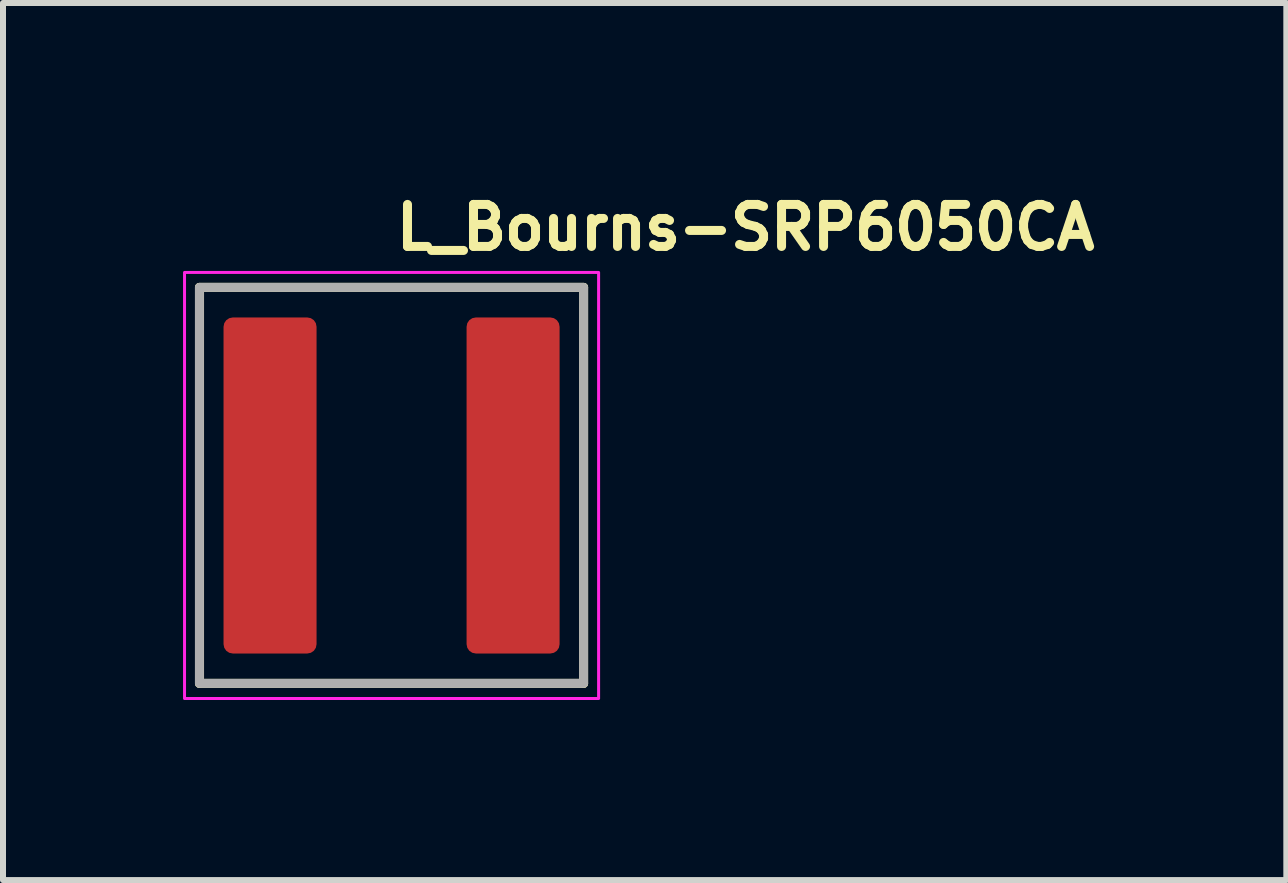
<source format=kicad_pcb>
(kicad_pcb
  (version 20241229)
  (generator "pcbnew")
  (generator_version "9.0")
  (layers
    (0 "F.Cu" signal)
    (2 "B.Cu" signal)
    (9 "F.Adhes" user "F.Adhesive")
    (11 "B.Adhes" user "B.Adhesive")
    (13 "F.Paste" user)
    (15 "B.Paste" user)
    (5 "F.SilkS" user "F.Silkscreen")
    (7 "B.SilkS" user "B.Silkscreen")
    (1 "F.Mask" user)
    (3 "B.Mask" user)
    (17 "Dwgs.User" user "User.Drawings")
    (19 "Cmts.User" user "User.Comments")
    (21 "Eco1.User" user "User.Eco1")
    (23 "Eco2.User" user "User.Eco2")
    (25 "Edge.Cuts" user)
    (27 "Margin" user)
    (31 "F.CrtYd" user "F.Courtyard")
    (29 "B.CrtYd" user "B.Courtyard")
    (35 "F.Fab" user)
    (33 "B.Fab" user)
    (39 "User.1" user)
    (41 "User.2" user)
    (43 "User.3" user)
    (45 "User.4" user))
  (footprint "L_Bourns-SRP6050CA"
    (layer "F.Cu")
    (at 3.475 5.04)
    (property "Reference" "L_Bourns-SRP6050CA" (at 0 -3.89 0) (layer "F.SilkS") (effects (font (size 0.7 0.7) (thickness 0.15)) (justify left bottom)))
    (attr smd)
    (fp_line (start -3.2 -3.301) (end -3.2 3.298) (stroke (width 0.15) (type solid)) (layer "F.SilkS"))
    (fp_line (start -3.2 -3.301) (end 3.2 -3.301) (stroke (width 0.15) (type solid)) (layer "F.SilkS"))
    (fp_line (start 3.2 -3.301) (end 3.2 3.298) (stroke (width 0.15) (type solid)) (layer "F.SilkS"))
    (fp_line (start 3.2 3.298) (end -3.2 3.298) (stroke (width 0.15) (type solid)) (layer "F.SilkS"))
    (fp_rect (start -3.45 -3.55) (end 3.45 3.55) (stroke (width 0.05) (type solid)) (fill no) (layer "F.CrtYd"))
    (fp_rect (start -3.202 -3.301) (end 3.2 3.298) (stroke (width 0.15) (type solid)) (fill no) (layer "F.Fab"))
    (fp_rect (start -3.202 -3.301) (end 3.2 3.298) (stroke (width 0.1) (type solid)) (fill no) (layer "User.5"))
    (fp_line (start -3.202 -3.101) (end -3.201 -3.11) (stroke (width 0.02) (type solid)) (layer "User.9"))
    (fp_line (start -3.202 3.1) (end -3.202 -3.101) (stroke (width 0.02) (type solid)) (layer "User.9"))
    (fp_line (start -3.201 -3.121) (end -3.198 -3.13) (stroke (width 0.02) (type solid)) (layer "User.9"))
    (fp_line (start -3.201 -3.11) (end -3.201 -3.121) (stroke (width 0.02) (type solid)) (layer "User.9"))
    (fp_line (start -3.201 3.108) (end -3.202 3.1) (stroke (width 0.02) (type solid)) (layer "User.9"))
    (fp_line (start -3.201 3.119) (end -3.201 3.108) (stroke (width 0.02) (type solid)) (layer "User.9"))
    (fp_line (start -3.198 -3.13) (end -3.197 -3.141) (stroke (width 0.02) (type solid)) (layer "User.9"))
    (fp_line (start -3.198 3.128) (end -3.201 3.119) (stroke (width 0.02) (type solid)) (layer "User.9"))
    (fp_line (start -3.197 -3.141) (end -3.194 -3.149) (stroke (width 0.02) (type solid)) (layer "User.9"))
    (fp_line (start -3.197 3.139) (end -3.198 3.128) (stroke (width 0.02) (type solid)) (layer "User.9"))
    (fp_line (start -3.194 -3.149) (end -3.193 -3.16) (stroke (width 0.02) (type solid)) (layer "User.9"))
    (fp_line (start -3.194 3.148) (end -3.197 3.139) (stroke (width 0.02) (type solid)) (layer "User.9"))
    (fp_line (start -3.193 -3.16) (end -3.189 -3.169) (stroke (width 0.02) (type solid)) (layer "User.9"))
    (fp_line (start -3.193 3.157) (end -3.194 3.148) (stroke (width 0.02) (type solid)) (layer "User.9"))
    (fp_line (start -3.189 -3.169) (end -3.185 -3.177) (stroke (width 0.02) (type solid)) (layer "User.9"))
    (fp_line (start -3.189 3.167) (end -3.193 3.157) (stroke (width 0.02) (type solid)) (layer "User.9"))
    (fp_line (start -3.185 -3.177) (end -3.181 -3.186) (stroke (width 0.02) (type solid)) (layer "User.9"))
    (fp_line (start -3.185 3.176) (end -3.189 3.167) (stroke (width 0.02) (type solid)) (layer "User.9"))
    (fp_line (start -3.181 -3.186) (end -3.177 -3.196) (stroke (width 0.02) (type solid)) (layer "User.9"))
    (fp_line (start -3.181 3.184) (end -3.185 3.176) (stroke (width 0.02) (type solid)) (layer "User.9"))
    (fp_line (start -3.177 -3.196) (end -3.173 -3.203) (stroke (width 0.02) (type solid)) (layer "User.9"))
    (fp_line (start -3.177 3.193) (end -3.181 3.184) (stroke (width 0.02) (type solid)) (layer "User.9"))
    (fp_line (start -3.173 -3.203) (end -3.168 -3.211) (stroke (width 0.02) (type solid)) (layer "User.9"))
    (fp_line (start -3.173 3.201) (end -3.177 3.193) (stroke (width 0.02) (type solid)) (layer "User.9"))
    (fp_line (start -3.168 -3.211) (end -3.161 -3.219) (stroke (width 0.02) (type solid)) (layer "User.9"))
    (fp_line (start -3.168 3.209) (end -3.173 3.201) (stroke (width 0.02) (type solid)) (layer "User.9"))
    (fp_line (start -3.161 -3.219) (end -3.156 -3.227) (stroke (width 0.02) (type solid)) (layer "User.9"))
    (fp_line (start -3.161 3.217) (end -3.168 3.209) (stroke (width 0.02) (type solid)) (layer "User.9"))
    (fp_line (start -3.156 -3.227) (end -3.149 -3.235) (stroke (width 0.02) (type solid)) (layer "User.9"))
    (fp_line (start -3.156 3.225) (end -3.161 3.217) (stroke (width 0.02) (type solid)) (layer "User.9"))
    (fp_line (start -3.149 -3.235) (end -3.142 -3.242) (stroke (width 0.02) (type solid)) (layer "User.9"))
    (fp_line (start -3.149 3.233) (end -3.156 3.225) (stroke (width 0.02) (type solid)) (layer "User.9"))
    (fp_line (start -3.142 -3.242) (end -3.142 -3.242) (stroke (width 0.02) (type solid)) (layer "User.9"))
    (fp_line (start -3.142 -3.242) (end -3.136 -3.25) (stroke (width 0.02) (type solid)) (layer "User.9"))
    (fp_line (start -3.142 3.241) (end -3.149 3.233) (stroke (width 0.02) (type solid)) (layer "User.9"))
    (fp_line (start -3.142 3.241) (end -3.142 3.241) (stroke (width 0.02) (type solid)) (layer "User.9"))
    (fp_line (start -3.136 -3.25) (end -3.128 -3.255) (stroke (width 0.02) (type solid)) (layer "User.9"))
    (fp_line (start -3.136 3.248) (end -3.142 3.241) (stroke (width 0.02) (type solid)) (layer "User.9"))
    (fp_line (start -3.128 -3.255) (end -3.12 -3.262) (stroke (width 0.02) (type solid)) (layer "User.9"))
    (fp_line (start -3.128 3.253) (end -3.136 3.248) (stroke (width 0.02) (type solid)) (layer "User.9"))
    (fp_line (start -3.12 -3.262) (end -3.112 -3.267) (stroke (width 0.02) (type solid)) (layer "User.9"))
    (fp_line (start -3.12 3.26) (end -3.128 3.253) (stroke (width 0.02) (type solid)) (layer "User.9"))
    (fp_line (start -3.112 -3.267) (end -3.104 -3.273) (stroke (width 0.02) (type solid)) (layer "User.9"))
    (fp_line (start -3.112 3.265) (end -3.12 3.26) (stroke (width 0.02) (type solid)) (layer "User.9"))
    (fp_line (start -3.104 -3.273) (end -3.096 -3.278) (stroke (width 0.02) (type solid)) (layer "User.9"))
    (fp_line (start -3.104 3.27) (end -3.112 3.265) (stroke (width 0.02) (type solid)) (layer "User.9"))
    (fp_line (start -3.096 -3.278) (end -3.086 -3.282) (stroke (width 0.02) (type solid)) (layer "User.9"))
    (fp_line (start -3.096 3.276) (end -3.104 3.27) (stroke (width 0.02) (type solid)) (layer "User.9"))
    (fp_line (start -3.086 -3.282) (end -3.077 -3.286) (stroke (width 0.02) (type solid)) (layer "User.9"))
    (fp_line (start -3.086 3.28) (end -3.096 3.276) (stroke (width 0.02) (type solid)) (layer "User.9"))
    (fp_line (start -3.077 -3.286) (end -3.068 -3.29) (stroke (width 0.02) (type solid)) (layer "User.9"))
    (fp_line (start -3.077 3.284) (end -3.086 3.28) (stroke (width 0.02) (type solid)) (layer "User.9"))
    (fp_line (start -3.068 -3.29) (end -3.06 -3.293) (stroke (width 0.02) (type solid)) (layer "User.9"))
    (fp_line (start -3.068 3.288) (end -3.077 3.284) (stroke (width 0.02) (type solid)) (layer "User.9"))
    (fp_line (start -3.06 -3.293) (end -3.049 -3.294) (stroke (width 0.02) (type solid)) (layer "User.9"))
    (fp_line (start -3.06 3.29) (end -3.068 3.288) (stroke (width 0.02) (type solid)) (layer "User.9"))
    (fp_line (start -3.049 -3.294) (end -3.04 -3.298) (stroke (width 0.02) (type solid)) (layer "User.9"))
    (fp_line (start -3.049 3.293) (end -3.06 3.29) (stroke (width 0.02) (type solid)) (layer "User.9"))
    (fp_line (start -3.04 -3.298) (end -3.031 -3.298) (stroke (width 0.02) (type solid)) (layer "User.9"))
    (fp_line (start -3.04 3.296) (end -3.049 3.293) (stroke (width 0.02) (type solid)) (layer "User.9"))
    (fp_line (start -3.031 -3.298) (end -3.02 -3.301) (stroke (width 0.02) (type solid)) (layer "User.9"))
    (fp_line (start -3.031 3.297) (end -3.04 3.296) (stroke (width 0.02) (type solid)) (layer "User.9"))
    (fp_line (start -3.02 -3.301) (end -3.011 -3.301) (stroke (width 0.02) (type solid)) (layer "User.9"))
    (fp_line (start -3.02 3.298) (end -3.031 3.297) (stroke (width 0.02) (type solid)) (layer "User.9"))
    (fp_line (start -3.011 -3.301) (end -3 -3.301) (stroke (width 0.02) (type solid)) (layer "User.9"))
    (fp_line (start -3.011 3.298) (end -3.02 3.298) (stroke (width 0.02) (type solid)) (layer "User.9"))
    (fp_line (start -3 -3.301) (end 2.999 -3.301) (stroke (width 0.02) (type solid)) (layer "User.9"))
    (fp_line (start -3 3.298) (end -3.011 3.298) (stroke (width 0.02) (type solid)) (layer "User.9"))
    (fp_line (start 2.999 -3.301) (end 3.008 -3.301) (stroke (width 0.02) (type solid)) (layer "User.9"))
    (fp_line (start 2.999 3.298) (end -3 3.298) (stroke (width 0.02) (type solid)) (layer "User.9"))
    (fp_line (start 3.008 -3.301) (end 3.019 -3.301) (stroke (width 0.02) (type solid)) (layer "User.9"))
    (fp_line (start 3.008 3.298) (end 2.999 3.298) (stroke (width 0.02) (type solid)) (layer "User.9"))
    (fp_line (start 3.019 -3.301) (end 3.028 -3.298) (stroke (width 0.02) (type solid)) (layer "User.9"))
    (fp_line (start 3.019 3.298) (end 3.008 3.298) (stroke (width 0.02) (type solid)) (layer "User.9"))
    (fp_line (start 3.028 -3.298) (end 3.039 -3.298) (stroke (width 0.02) (type solid)) (layer "User.9"))
    (fp_line (start 3.028 3.297) (end 3.019 3.298) (stroke (width 0.02) (type solid)) (layer "User.9"))
    (fp_line (start 3.039 -3.298) (end 3.047 -3.294) (stroke (width 0.02) (type solid)) (layer "User.9"))
    (fp_line (start 3.039 3.296) (end 3.028 3.297) (stroke (width 0.02) (type solid)) (layer "User.9"))
    (fp_line (start 3.047 -3.294) (end 3.058 -3.293) (stroke (width 0.02) (type solid)) (layer "User.9"))
    (fp_line (start 3.047 3.293) (end 3.039 3.296) (stroke (width 0.02) (type solid)) (layer "User.9"))
    (fp_line (start 3.058 -3.293) (end 3.067 -3.29) (stroke (width 0.02) (type solid)) (layer "User.9"))
    (fp_line (start 3.058 3.29) (end 3.047 3.293) (stroke (width 0.02) (type solid)) (layer "User.9"))
    (fp_line (start 3.067 -3.29) (end 3.076 -3.286) (stroke (width 0.02) (type solid)) (layer "User.9"))
    (fp_line (start 3.067 3.288) (end 3.058 3.29) (stroke (width 0.02) (type solid)) (layer "User.9"))
    (fp_line (start 3.076 -3.286) (end 3.084 -3.282) (stroke (width 0.02) (type solid)) (layer "User.9"))
    (fp_line (start 3.076 3.284) (end 3.067 3.288) (stroke (width 0.02) (type solid)) (layer "User.9"))
    (fp_line (start 3.084 -3.282) (end 3.093 -3.278) (stroke (width 0.02) (type solid)) (layer "User.9"))
    (fp_line (start 3.084 3.28) (end 3.076 3.284) (stroke (width 0.02) (type solid)) (layer "User.9"))
    (fp_line (start 3.093 -3.278) (end 3.101 -3.273) (stroke (width 0.02) (type solid)) (layer "User.9"))
    (fp_line (start 3.093 3.276) (end 3.084 3.28) (stroke (width 0.02) (type solid)) (layer "User.9"))
    (fp_line (start 3.101 -3.273) (end 3.109 -3.267) (stroke (width 0.02) (type solid)) (layer "User.9"))
    (fp_line (start 3.101 3.27) (end 3.093 3.276) (stroke (width 0.02) (type solid)) (layer "User.9"))
    (fp_line (start 3.109 -3.267) (end 3.117 -3.262) (stroke (width 0.02) (type solid)) (layer "User.9"))
    (fp_line (start 3.109 3.265) (end 3.101 3.27) (stroke (width 0.02) (type solid)) (layer "User.9"))
    (fp_line (start 3.117 -3.262) (end 3.125 -3.255) (stroke (width 0.02) (type solid)) (layer "User.9"))
    (fp_line (start 3.117 3.26) (end 3.109 3.265) (stroke (width 0.02) (type solid)) (layer "User.9"))
    (fp_line (start 3.125 -3.255) (end 3.133 -3.25) (stroke (width 0.02) (type solid)) (layer "User.9"))
    (fp_line (start 3.125 3.253) (end 3.117 3.26) (stroke (width 0.02) (type solid)) (layer "User.9"))
    (fp_line (start 3.133 -3.25) (end 3.14 -3.242) (stroke (width 0.02) (type solid)) (layer "User.9"))
    (fp_line (start 3.133 3.248) (end 3.125 3.253) (stroke (width 0.02) (type solid)) (layer "User.9"))
    (fp_line (start 3.14 -3.242) (end 3.14 -3.242) (stroke (width 0.02) (type solid)) (layer "User.9"))
    (fp_line (start 3.14 -3.242) (end 3.148 -3.235) (stroke (width 0.02) (type solid)) (layer "User.9"))
    (fp_line (start 3.14 3.241) (end 3.133 3.248) (stroke (width 0.02) (type solid)) (layer "User.9"))
    (fp_line (start 3.14 3.241) (end 3.14 3.241) (stroke (width 0.02) (type solid)) (layer "User.9"))
    (fp_line (start 3.148 -3.235) (end 3.153 -3.227) (stroke (width 0.02) (type solid)) (layer "User.9"))
    (fp_line (start 3.148 3.233) (end 3.14 3.241) (stroke (width 0.02) (type solid)) (layer "User.9"))
    (fp_line (start 3.153 -3.227) (end 3.16 -3.219) (stroke (width 0.02) (type solid)) (layer "User.9"))
    (fp_line (start 3.153 3.225) (end 3.148 3.233) (stroke (width 0.02) (type solid)) (layer "User.9"))
    (fp_line (start 3.16 -3.219) (end 3.165 -3.211) (stroke (width 0.02) (type solid)) (layer "User.9"))
    (fp_line (start 3.16 3.217) (end 3.153 3.225) (stroke (width 0.02) (type solid)) (layer "User.9"))
    (fp_line (start 3.165 -3.211) (end 3.171 -3.203) (stroke (width 0.02) (type solid)) (layer "User.9"))
    (fp_line (start 3.165 3.209) (end 3.16 3.217) (stroke (width 0.02) (type solid)) (layer "User.9"))
    (fp_line (start 3.171 -3.203) (end 3.176 -3.196) (stroke (width 0.02) (type solid)) (layer "User.9"))
    (fp_line (start 3.171 3.201) (end 3.165 3.209) (stroke (width 0.02) (type solid)) (layer "User.9"))
    (fp_line (start 3.176 -3.196) (end 3.18 -3.186) (stroke (width 0.02) (type solid)) (layer "User.9"))
    (fp_line (start 3.176 3.193) (end 3.171 3.201) (stroke (width 0.02) (type solid)) (layer "User.9"))
    (fp_line (start 3.18 -3.186) (end 3.184 -3.177) (stroke (width 0.02) (type solid)) (layer "User.9"))
    (fp_line (start 3.18 3.184) (end 3.176 3.193) (stroke (width 0.02) (type solid)) (layer "User.9"))
    (fp_line (start 3.184 -3.177) (end 3.188 -3.169) (stroke (width 0.02) (type solid)) (layer "User.9"))
    (fp_line (start 3.184 3.176) (end 3.18 3.184) (stroke (width 0.02) (type solid)) (layer "User.9"))
    (fp_line (start 3.188 -3.169) (end 3.191 -3.16) (stroke (width 0.02) (type solid)) (layer "User.9"))
    (fp_line (start 3.188 3.167) (end 3.184 3.176) (stroke (width 0.02) (type solid)) (layer "User.9"))
    (fp_line (start 3.191 -3.16) (end 3.192 -3.149) (stroke (width 0.02) (type solid)) (layer "User.9"))
    (fp_line (start 3.191 3.157) (end 3.188 3.167) (stroke (width 0.02) (type solid)) (layer "User.9"))
    (fp_line (start 3.192 -3.149) (end 3.196 -3.141) (stroke (width 0.02) (type solid)) (layer "User.9"))
    (fp_line (start 3.192 3.148) (end 3.191 3.157) (stroke (width 0.02) (type solid)) (layer "User.9"))
    (fp_line (start 3.196 -3.141) (end 3.196 -3.13) (stroke (width 0.02) (type solid)) (layer "User.9"))
    (fp_line (start 3.196 -3.13) (end 3.199 -3.121) (stroke (width 0.02) (type solid)) (layer "User.9"))
    (fp_line (start 3.196 3.128) (end 3.196 3.139) (stroke (width 0.02) (type solid)) (layer "User.9"))
    (fp_line (start 3.196 3.139) (end 3.192 3.148) (stroke (width 0.02) (type solid)) (layer "User.9"))
    (fp_line (start 3.199 -3.121) (end 3.199 -3.11) (stroke (width 0.02) (type solid)) (layer "User.9"))
    (fp_line (start 3.199 -3.11) (end 3.2 -3.101) (stroke (width 0.02) (type solid)) (layer "User.9"))
    (fp_line (start 3.199 3.108) (end 3.199 3.119) (stroke (width 0.02) (type solid)) (layer "User.9"))
    (fp_line (start 3.199 3.119) (end 3.196 3.128) (stroke (width 0.02) (type solid)) (layer "User.9"))
    (fp_line (start 3.2 -3.101) (end 3.2 3.1) (stroke (width 0.02) (type solid)) (layer "User.9"))
    (fp_line (start 3.2 3.1) (end 3.199 3.108) (stroke (width 0.02) (type solid)) (layer "User.9"))
    (pad "1" smd roundrect (at -2.025 0) (size 1.55 5.6) (layers "F.Cu" "F.Mask" "F.Paste") (roundrect_rratio 0.1))
    (pad "2" smd roundrect (at 2.025 0) (size 1.55 5.6) (layers "F.Cu" "F.Mask" "F.Paste") (roundrect_rratio 0.1)))
  (gr_rect
    (start -3 -3)
    (end 18.385 11.615)
    (stroke (width 0.1) (type default))
    (fill no)
    (layer "Edge.Cuts")))
</source>
